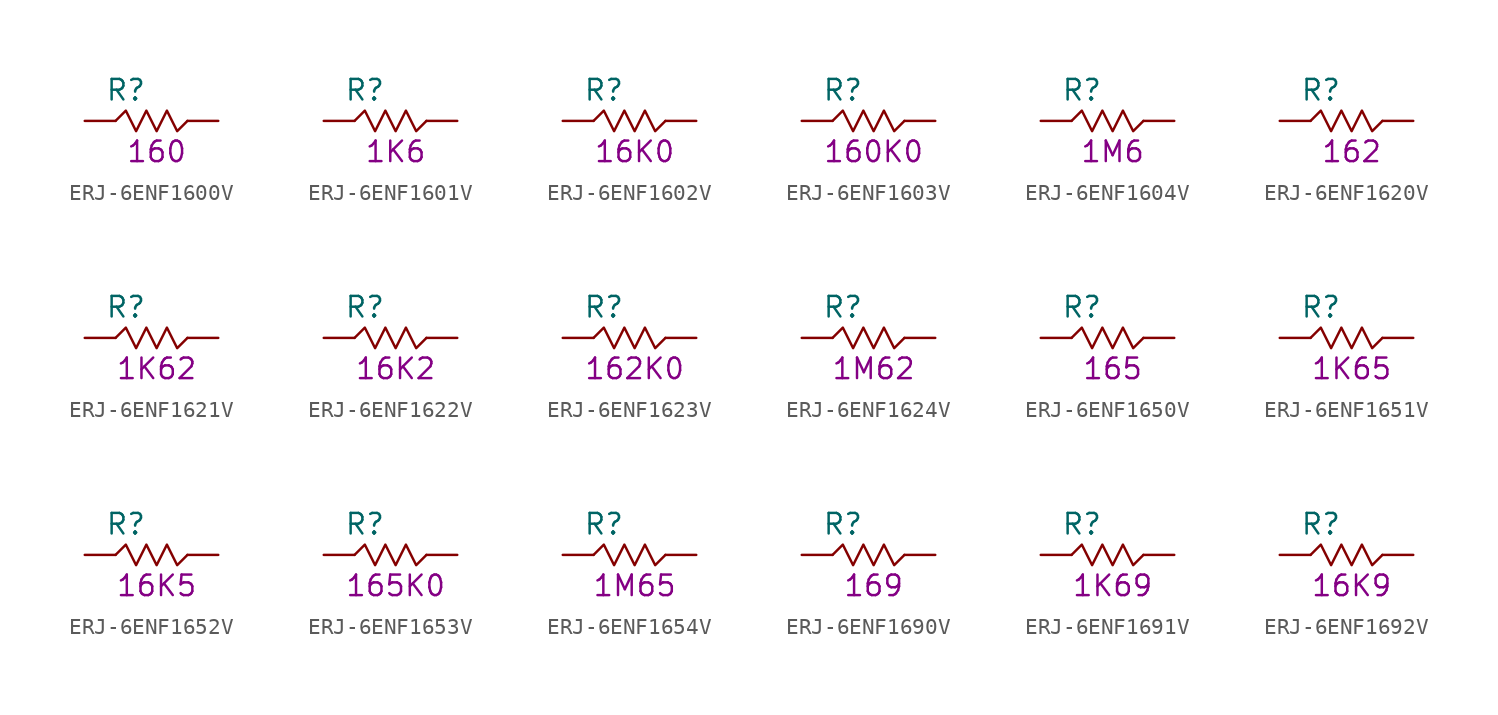
<source format=kicad_sym>
(kicad_symbol_lib
  (version 20211014)
  (generator KiCadLib_py)
  (symbol "ERJ-6ENF1600V"
    (pin_numbers hide)
    (pin_names hide)
    (property "Reference" "R"
      (at -1.905 1.905 0)
      (effects (font (size 1.27 1.27))))
    (property "Val" "160"
      (at 0 -1.905 0)
      (effects (font (size 1.27 1.27))))
    (symbol "ERJ-6ENF1600V_0_1"
      (polyline (pts (xy -2.54 0) (xy -1.905 0.635) (xy -1.27 -0.635) (xy -0.635 0.635) (xy 0 -0.635) (xy 0.635 0.635) (xy 1.27 -0.635) (xy 1.905 0)) (stroke (width 0) (type default) (color 0 0 0 0)) (fill (type none))))
    (symbol "ERJ-6ENF1600V_1_1"
      (pin passive line (at -4.445 0 0) (length 1.905) (name "~" (effects (font (size 1.27 1.27)))) (number "1" (effects (font (size 1.27 1.27)))))
      (pin passive line (at 3.81 0 180) (length 1.905) (name "~" (effects (font (size 1.27 1.27)))) (number "2" (effects (font (size 1.27 1.27)))))))
  (symbol "ERJ-6ENF1601V"
    (pin_numbers hide)
    (pin_names hide)
    (property "Reference" "R"
      (at -1.905 1.905 0)
      (effects (font (size 1.27 1.27))))
    (property "Val" "1K6"
      (at 0 -1.905 0)
      (effects (font (size 1.27 1.27))))
    (symbol "ERJ-6ENF1601V_0_1"
      (polyline (pts (xy -2.54 0) (xy -1.905 0.635) (xy -1.27 -0.635) (xy -0.635 0.635) (xy 0 -0.635) (xy 0.635 0.635) (xy 1.27 -0.635) (xy 1.905 0)) (stroke (width 0) (type default) (color 0 0 0 0)) (fill (type none))))
    (symbol "ERJ-6ENF1601V_1_1"
      (pin passive line (at -4.445 0 0) (length 1.905) (name "~" (effects (font (size 1.27 1.27)))) (number "1" (effects (font (size 1.27 1.27)))))
      (pin passive line (at 3.81 0 180) (length 1.905) (name "~" (effects (font (size 1.27 1.27)))) (number "2" (effects (font (size 1.27 1.27)))))))
  (symbol "ERJ-6ENF1602V"
    (pin_numbers hide)
    (pin_names hide)
    (property "Reference" "R"
      (at -1.905 1.905 0)
      (effects (font (size 1.27 1.27))))
    (property "Val" "16K0"
      (at 0 -1.905 0)
      (effects (font (size 1.27 1.27))))
    (symbol "ERJ-6ENF1602V_0_1"
      (polyline (pts (xy -2.54 0) (xy -1.905 0.635) (xy -1.27 -0.635) (xy -0.635 0.635) (xy 0 -0.635) (xy 0.635 0.635) (xy 1.27 -0.635) (xy 1.905 0)) (stroke (width 0) (type default) (color 0 0 0 0)) (fill (type none))))
    (symbol "ERJ-6ENF1602V_1_1"
      (pin passive line (at -4.445 0 0) (length 1.905) (name "~" (effects (font (size 1.27 1.27)))) (number "1" (effects (font (size 1.27 1.27)))))
      (pin passive line (at 3.81 0 180) (length 1.905) (name "~" (effects (font (size 1.27 1.27)))) (number "2" (effects (font (size 1.27 1.27)))))))
  (symbol "ERJ-6ENF1603V"
    (pin_numbers hide)
    (pin_names hide)
    (property "Reference" "R"
      (at -1.905 1.905 0)
      (effects (font (size 1.27 1.27))))
    (property "Val" "160K0"
      (at 0 -1.905 0)
      (effects (font (size 1.27 1.27))))
    (symbol "ERJ-6ENF1603V_0_1"
      (polyline (pts (xy -2.54 0) (xy -1.905 0.635) (xy -1.27 -0.635) (xy -0.635 0.635) (xy 0 -0.635) (xy 0.635 0.635) (xy 1.27 -0.635) (xy 1.905 0)) (stroke (width 0) (type default) (color 0 0 0 0)) (fill (type none))))
    (symbol "ERJ-6ENF1603V_1_1"
      (pin passive line (at -4.445 0 0) (length 1.905) (name "~" (effects (font (size 1.27 1.27)))) (number "1" (effects (font (size 1.27 1.27)))))
      (pin passive line (at 3.81 0 180) (length 1.905) (name "~" (effects (font (size 1.27 1.27)))) (number "2" (effects (font (size 1.27 1.27)))))))
  (symbol "ERJ-6ENF1604V"
    (pin_numbers hide)
    (pin_names hide)
    (property "Reference" "R"
      (at -1.905 1.905 0)
      (effects (font (size 1.27 1.27))))
    (property "Val" "1M6"
      (at 0 -1.905 0)
      (effects (font (size 1.27 1.27))))
    (symbol "ERJ-6ENF1604V_0_1"
      (polyline (pts (xy -2.54 0) (xy -1.905 0.635) (xy -1.27 -0.635) (xy -0.635 0.635) (xy 0 -0.635) (xy 0.635 0.635) (xy 1.27 -0.635) (xy 1.905 0)) (stroke (width 0) (type default) (color 0 0 0 0)) (fill (type none))))
    (symbol "ERJ-6ENF1604V_1_1"
      (pin passive line (at -4.445 0 0) (length 1.905) (name "~" (effects (font (size 1.27 1.27)))) (number "1" (effects (font (size 1.27 1.27)))))
      (pin passive line (at 3.81 0 180) (length 1.905) (name "~" (effects (font (size 1.27 1.27)))) (number "2" (effects (font (size 1.27 1.27)))))))
  (symbol "ERJ-6ENF1620V"
    (pin_numbers hide)
    (pin_names hide)
    (property "Reference" "R"
      (at -1.905 1.905 0)
      (effects (font (size 1.27 1.27))))
    (property "Val" "162"
      (at 0 -1.905 0)
      (effects (font (size 1.27 1.27))))
    (symbol "ERJ-6ENF1620V_0_1"
      (polyline (pts (xy -2.54 0) (xy -1.905 0.635) (xy -1.27 -0.635) (xy -0.635 0.635) (xy 0 -0.635) (xy 0.635 0.635) (xy 1.27 -0.635) (xy 1.905 0)) (stroke (width 0) (type default) (color 0 0 0 0)) (fill (type none))))
    (symbol "ERJ-6ENF1620V_1_1"
      (pin passive line (at -4.445 0 0) (length 1.905) (name "~" (effects (font (size 1.27 1.27)))) (number "1" (effects (font (size 1.27 1.27)))))
      (pin passive line (at 3.81 0 180) (length 1.905) (name "~" (effects (font (size 1.27 1.27)))) (number "2" (effects (font (size 1.27 1.27)))))))
  (symbol "ERJ-6ENF1621V"
    (pin_numbers hide)
    (pin_names hide)
    (property "Reference" "R"
      (at -1.905 1.905 0)
      (effects (font (size 1.27 1.27))))
    (property "Val" "1K62"
      (at 0 -1.905 0)
      (effects (font (size 1.27 1.27))))
    (symbol "ERJ-6ENF1621V_0_1"
      (polyline (pts (xy -2.54 0) (xy -1.905 0.635) (xy -1.27 -0.635) (xy -0.635 0.635) (xy 0 -0.635) (xy 0.635 0.635) (xy 1.27 -0.635) (xy 1.905 0)) (stroke (width 0) (type default) (color 0 0 0 0)) (fill (type none))))
    (symbol "ERJ-6ENF1621V_1_1"
      (pin passive line (at -4.445 0 0) (length 1.905) (name "~" (effects (font (size 1.27 1.27)))) (number "1" (effects (font (size 1.27 1.27)))))
      (pin passive line (at 3.81 0 180) (length 1.905) (name "~" (effects (font (size 1.27 1.27)))) (number "2" (effects (font (size 1.27 1.27)))))))
  (symbol "ERJ-6ENF1622V"
    (pin_numbers hide)
    (pin_names hide)
    (property "Reference" "R"
      (at -1.905 1.905 0)
      (effects (font (size 1.27 1.27))))
    (property "Val" "16K2"
      (at 0 -1.905 0)
      (effects (font (size 1.27 1.27))))
    (symbol "ERJ-6ENF1622V_0_1"
      (polyline (pts (xy -2.54 0) (xy -1.905 0.635) (xy -1.27 -0.635) (xy -0.635 0.635) (xy 0 -0.635) (xy 0.635 0.635) (xy 1.27 -0.635) (xy 1.905 0)) (stroke (width 0) (type default) (color 0 0 0 0)) (fill (type none))))
    (symbol "ERJ-6ENF1622V_1_1"
      (pin passive line (at -4.445 0 0) (length 1.905) (name "~" (effects (font (size 1.27 1.27)))) (number "1" (effects (font (size 1.27 1.27)))))
      (pin passive line (at 3.81 0 180) (length 1.905) (name "~" (effects (font (size 1.27 1.27)))) (number "2" (effects (font (size 1.27 1.27)))))))
  (symbol "ERJ-6ENF1623V"
    (pin_numbers hide)
    (pin_names hide)
    (property "Reference" "R"
      (at -1.905 1.905 0)
      (effects (font (size 1.27 1.27))))
    (property "Val" "162K0"
      (at 0 -1.905 0)
      (effects (font (size 1.27 1.27))))
    (symbol "ERJ-6ENF1623V_0_1"
      (polyline (pts (xy -2.54 0) (xy -1.905 0.635) (xy -1.27 -0.635) (xy -0.635 0.635) (xy 0 -0.635) (xy 0.635 0.635) (xy 1.27 -0.635) (xy 1.905 0)) (stroke (width 0) (type default) (color 0 0 0 0)) (fill (type none))))
    (symbol "ERJ-6ENF1623V_1_1"
      (pin passive line (at -4.445 0 0) (length 1.905) (name "~" (effects (font (size 1.27 1.27)))) (number "1" (effects (font (size 1.27 1.27)))))
      (pin passive line (at 3.81 0 180) (length 1.905) (name "~" (effects (font (size 1.27 1.27)))) (number "2" (effects (font (size 1.27 1.27)))))))
  (symbol "ERJ-6ENF1624V"
    (pin_numbers hide)
    (pin_names hide)
    (property "Reference" "R"
      (at -1.905 1.905 0)
      (effects (font (size 1.27 1.27))))
    (property "Val" "1M62"
      (at 0 -1.905 0)
      (effects (font (size 1.27 1.27))))
    (symbol "ERJ-6ENF1624V_0_1"
      (polyline (pts (xy -2.54 0) (xy -1.905 0.635) (xy -1.27 -0.635) (xy -0.635 0.635) (xy 0 -0.635) (xy 0.635 0.635) (xy 1.27 -0.635) (xy 1.905 0)) (stroke (width 0) (type default) (color 0 0 0 0)) (fill (type none))))
    (symbol "ERJ-6ENF1624V_1_1"
      (pin passive line (at -4.445 0 0) (length 1.905) (name "~" (effects (font (size 1.27 1.27)))) (number "1" (effects (font (size 1.27 1.27)))))
      (pin passive line (at 3.81 0 180) (length 1.905) (name "~" (effects (font (size 1.27 1.27)))) (number "2" (effects (font (size 1.27 1.27)))))))
  (symbol "ERJ-6ENF1650V"
    (pin_numbers hide)
    (pin_names hide)
    (property "Reference" "R"
      (at -1.905 1.905 0)
      (effects (font (size 1.27 1.27))))
    (property "Val" "165"
      (at 0 -1.905 0)
      (effects (font (size 1.27 1.27))))
    (symbol "ERJ-6ENF1650V_0_1"
      (polyline (pts (xy -2.54 0) (xy -1.905 0.635) (xy -1.27 -0.635) (xy -0.635 0.635) (xy 0 -0.635) (xy 0.635 0.635) (xy 1.27 -0.635) (xy 1.905 0)) (stroke (width 0) (type default) (color 0 0 0 0)) (fill (type none))))
    (symbol "ERJ-6ENF1650V_1_1"
      (pin passive line (at -4.445 0 0) (length 1.905) (name "~" (effects (font (size 1.27 1.27)))) (number "1" (effects (font (size 1.27 1.27)))))
      (pin passive line (at 3.81 0 180) (length 1.905) (name "~" (effects (font (size 1.27 1.27)))) (number "2" (effects (font (size 1.27 1.27)))))))
  (symbol "ERJ-6ENF1651V"
    (pin_numbers hide)
    (pin_names hide)
    (property "Reference" "R"
      (at -1.905 1.905 0)
      (effects (font (size 1.27 1.27))))
    (property "Val" "1K65"
      (at 0 -1.905 0)
      (effects (font (size 1.27 1.27))))
    (symbol "ERJ-6ENF1651V_0_1"
      (polyline (pts (xy -2.54 0) (xy -1.905 0.635) (xy -1.27 -0.635) (xy -0.635 0.635) (xy 0 -0.635) (xy 0.635 0.635) (xy 1.27 -0.635) (xy 1.905 0)) (stroke (width 0) (type default) (color 0 0 0 0)) (fill (type none))))
    (symbol "ERJ-6ENF1651V_1_1"
      (pin passive line (at -4.445 0 0) (length 1.905) (name "~" (effects (font (size 1.27 1.27)))) (number "1" (effects (font (size 1.27 1.27)))))
      (pin passive line (at 3.81 0 180) (length 1.905) (name "~" (effects (font (size 1.27 1.27)))) (number "2" (effects (font (size 1.27 1.27)))))))
  (symbol "ERJ-6ENF1652V"
    (pin_numbers hide)
    (pin_names hide)
    (property "Reference" "R"
      (at -1.905 1.905 0)
      (effects (font (size 1.27 1.27))))
    (property "Val" "16K5"
      (at 0 -1.905 0)
      (effects (font (size 1.27 1.27))))
    (symbol "ERJ-6ENF1652V_0_1"
      (polyline (pts (xy -2.54 0) (xy -1.905 0.635) (xy -1.27 -0.635) (xy -0.635 0.635) (xy 0 -0.635) (xy 0.635 0.635) (xy 1.27 -0.635) (xy 1.905 0)) (stroke (width 0) (type default) (color 0 0 0 0)) (fill (type none))))
    (symbol "ERJ-6ENF1652V_1_1"
      (pin passive line (at -4.445 0 0) (length 1.905) (name "~" (effects (font (size 1.27 1.27)))) (number "1" (effects (font (size 1.27 1.27)))))
      (pin passive line (at 3.81 0 180) (length 1.905) (name "~" (effects (font (size 1.27 1.27)))) (number "2" (effects (font (size 1.27 1.27)))))))
  (symbol "ERJ-6ENF1653V"
    (pin_numbers hide)
    (pin_names hide)
    (property "Reference" "R"
      (at -1.905 1.905 0)
      (effects (font (size 1.27 1.27))))
    (property "Val" "165K0"
      (at 0 -1.905 0)
      (effects (font (size 1.27 1.27))))
    (symbol "ERJ-6ENF1653V_0_1"
      (polyline (pts (xy -2.54 0) (xy -1.905 0.635) (xy -1.27 -0.635) (xy -0.635 0.635) (xy 0 -0.635) (xy 0.635 0.635) (xy 1.27 -0.635) (xy 1.905 0)) (stroke (width 0) (type default) (color 0 0 0 0)) (fill (type none))))
    (symbol "ERJ-6ENF1653V_1_1"
      (pin passive line (at -4.445 0 0) (length 1.905) (name "~" (effects (font (size 1.27 1.27)))) (number "1" (effects (font (size 1.27 1.27)))))
      (pin passive line (at 3.81 0 180) (length 1.905) (name "~" (effects (font (size 1.27 1.27)))) (number "2" (effects (font (size 1.27 1.27)))))))
  (symbol "ERJ-6ENF1654V"
    (pin_numbers hide)
    (pin_names hide)
    (property "Reference" "R"
      (at -1.905 1.905 0)
      (effects (font (size 1.27 1.27))))
    (property "Val" "1M65"
      (at 0 -1.905 0)
      (effects (font (size 1.27 1.27))))
    (symbol "ERJ-6ENF1654V_0_1"
      (polyline (pts (xy -2.54 0) (xy -1.905 0.635) (xy -1.27 -0.635) (xy -0.635 0.635) (xy 0 -0.635) (xy 0.635 0.635) (xy 1.27 -0.635) (xy 1.905 0)) (stroke (width 0) (type default) (color 0 0 0 0)) (fill (type none))))
    (symbol "ERJ-6ENF1654V_1_1"
      (pin passive line (at -4.445 0 0) (length 1.905) (name "~" (effects (font (size 1.27 1.27)))) (number "1" (effects (font (size 1.27 1.27)))))
      (pin passive line (at 3.81 0 180) (length 1.905) (name "~" (effects (font (size 1.27 1.27)))) (number "2" (effects (font (size 1.27 1.27)))))))
  (symbol "ERJ-6ENF1690V"
    (pin_numbers hide)
    (pin_names hide)
    (property "Reference" "R"
      (at -1.905 1.905 0)
      (effects (font (size 1.27 1.27))))
    (property "Val" "169"
      (at 0 -1.905 0)
      (effects (font (size 1.27 1.27))))
    (symbol "ERJ-6ENF1690V_0_1"
      (polyline (pts (xy -2.54 0) (xy -1.905 0.635) (xy -1.27 -0.635) (xy -0.635 0.635) (xy 0 -0.635) (xy 0.635 0.635) (xy 1.27 -0.635) (xy 1.905 0)) (stroke (width 0) (type default) (color 0 0 0 0)) (fill (type none))))
    (symbol "ERJ-6ENF1690V_1_1"
      (pin passive line (at -4.445 0 0) (length 1.905) (name "~" (effects (font (size 1.27 1.27)))) (number "1" (effects (font (size 1.27 1.27)))))
      (pin passive line (at 3.81 0 180) (length 1.905) (name "~" (effects (font (size 1.27 1.27)))) (number "2" (effects (font (size 1.27 1.27)))))))
  (symbol "ERJ-6ENF1691V"
    (pin_numbers hide)
    (pin_names hide)
    (property "Reference" "R"
      (at -1.905 1.905 0)
      (effects (font (size 1.27 1.27))))
    (property "Val" "1K69"
      (at 0 -1.905 0)
      (effects (font (size 1.27 1.27))))
    (symbol "ERJ-6ENF1691V_0_1"
      (polyline (pts (xy -2.54 0) (xy -1.905 0.635) (xy -1.27 -0.635) (xy -0.635 0.635) (xy 0 -0.635) (xy 0.635 0.635) (xy 1.27 -0.635) (xy 1.905 0)) (stroke (width 0) (type default) (color 0 0 0 0)) (fill (type none))))
    (symbol "ERJ-6ENF1691V_1_1"
      (pin passive line (at -4.445 0 0) (length 1.905) (name "~" (effects (font (size 1.27 1.27)))) (number "1" (effects (font (size 1.27 1.27)))))
      (pin passive line (at 3.81 0 180) (length 1.905) (name "~" (effects (font (size 1.27 1.27)))) (number "2" (effects (font (size 1.27 1.27)))))))
  (symbol "ERJ-6ENF1692V"
    (pin_numbers hide)
    (pin_names hide)
    (property "Reference" "R"
      (at -1.905 1.905 0)
      (effects (font (size 1.27 1.27))))
    (property "Val" "16K9"
      (at 0 -1.905 0)
      (effects (font (size 1.27 1.27))))
    (symbol "ERJ-6ENF1692V_0_1"
      (polyline (pts (xy -2.54 0) (xy -1.905 0.635) (xy -1.27 -0.635) (xy -0.635 0.635) (xy 0 -0.635) (xy 0.635 0.635) (xy 1.27 -0.635) (xy 1.905 0)) (stroke (width 0) (type default) (color 0 0 0 0)) (fill (type none))))
    (symbol "ERJ-6ENF1692V_1_1"
      (pin passive line (at -4.445 0 0) (length 1.905) (name "~" (effects (font (size 1.27 1.27)))) (number "1" (effects (font (size 1.27 1.27)))))
      (pin passive line (at 3.81 0 180) (length 1.905) (name "~" (effects (font (size 1.27 1.27)))) (number "2" (effects (font (size 1.27 1.27))))))))
</source>
